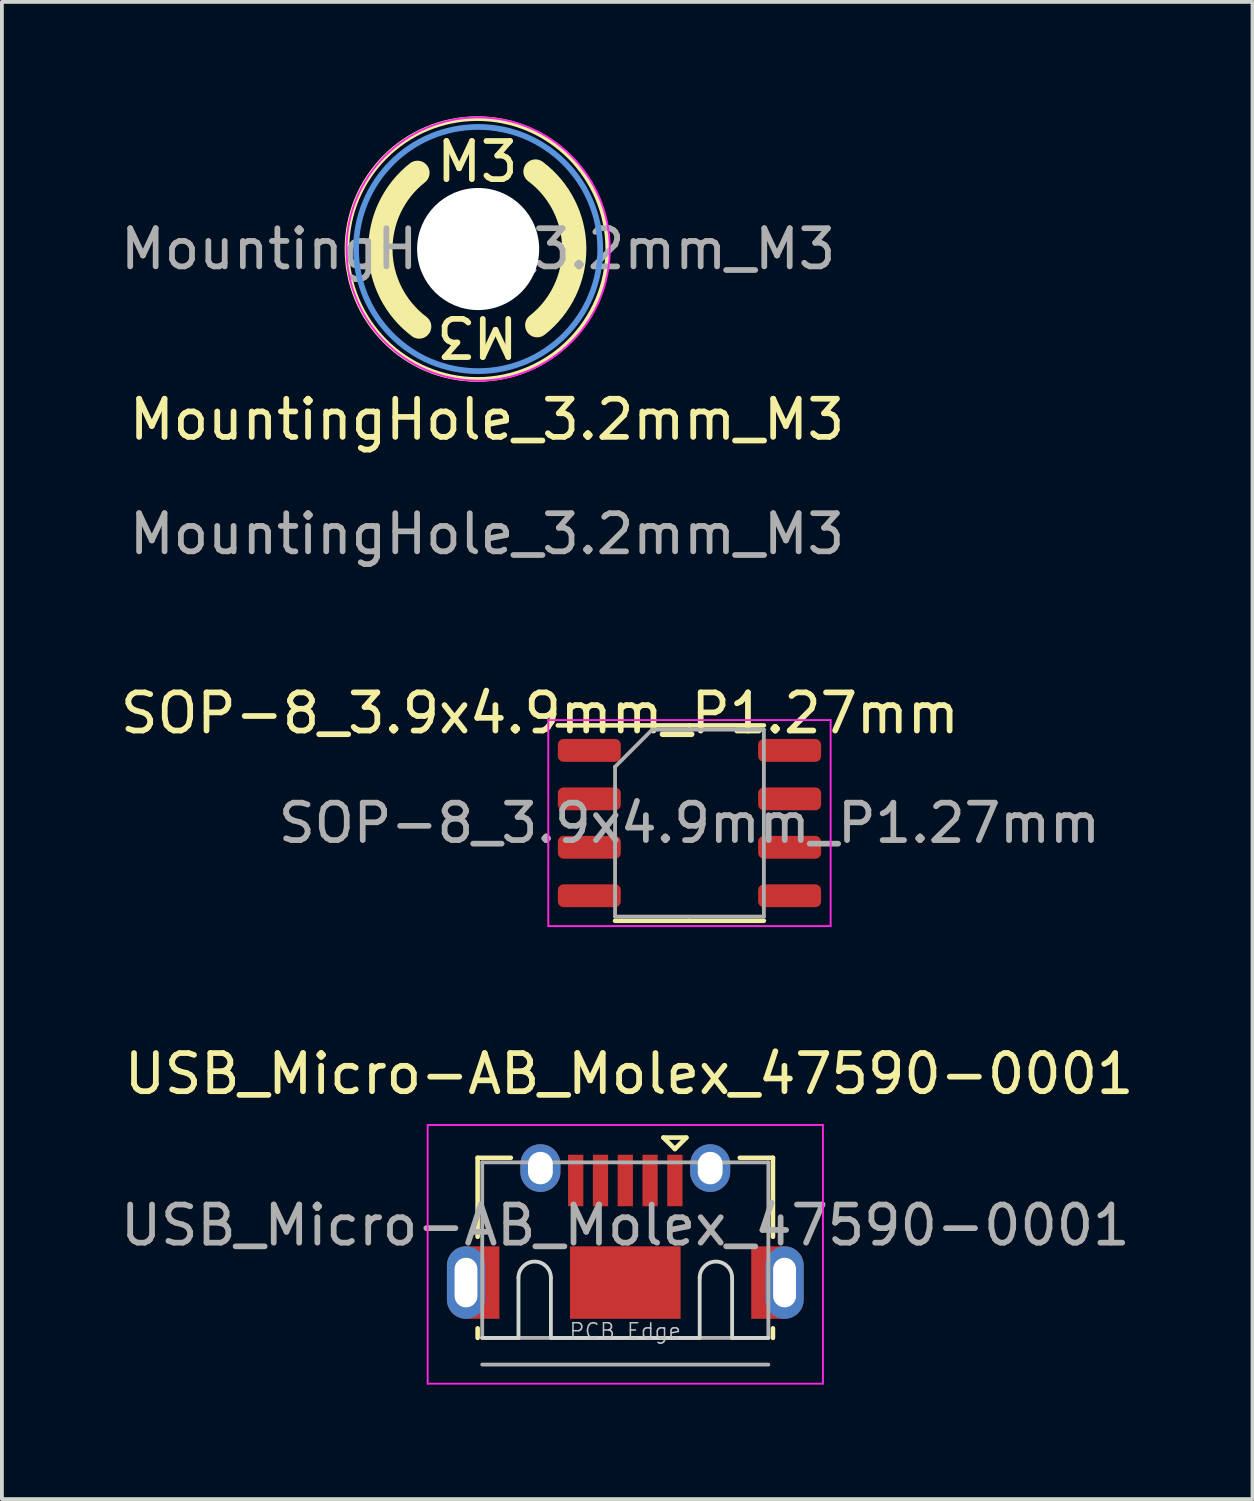
<source format=kicad_pcb>
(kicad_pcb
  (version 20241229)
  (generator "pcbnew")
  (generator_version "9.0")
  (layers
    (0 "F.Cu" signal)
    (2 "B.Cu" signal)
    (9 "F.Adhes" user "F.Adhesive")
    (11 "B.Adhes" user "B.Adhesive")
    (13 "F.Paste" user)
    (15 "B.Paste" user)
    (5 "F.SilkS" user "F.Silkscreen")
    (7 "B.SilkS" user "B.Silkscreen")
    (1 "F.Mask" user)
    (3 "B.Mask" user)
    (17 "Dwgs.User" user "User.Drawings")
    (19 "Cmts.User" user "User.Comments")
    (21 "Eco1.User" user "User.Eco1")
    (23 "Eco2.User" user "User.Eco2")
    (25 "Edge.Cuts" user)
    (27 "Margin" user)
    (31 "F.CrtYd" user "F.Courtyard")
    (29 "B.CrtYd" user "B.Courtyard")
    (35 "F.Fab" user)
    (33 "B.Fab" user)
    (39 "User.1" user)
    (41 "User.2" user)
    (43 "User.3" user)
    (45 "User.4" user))
  (footprint "USB_Micro-AB_Molex_47590-0001"
    (layer "F.Cu")
    (at 8.259 26.756)
    (property "Reference" "USB_Micro-AB_Molex_47590-0001" (at 5.18 -1.66 0) (unlocked yes) (layer "F.SilkS") (effects (font (size 1 1) (thickness 0.15))))
    (attr smd)
    (fp_line (start 1.21 0.54) (end 1.21 2.61) (stroke (width 0.12) (type solid)) (layer "F.SilkS"))
    (fp_line (start 1.21 0.54) (end 2.08 0.54) (stroke (width 0.12) (type solid)) (layer "F.SilkS"))
    (fp_line (start 1.21 5.01) (end 1.21 5.26) (stroke (width 0.12) (type solid)) (layer "F.SilkS"))
    (fp_line (start 6.08 0.01) (end 6.68 0.01) (stroke (width 0.12) (type solid)) (layer "F.SilkS"))
    (fp_line (start 6.38 0.31) (end 6.08 0.01) (stroke (width 0.12) (type solid)) (layer "F.SilkS"))
    (fp_line (start 6.38 0.31) (end 6.68 0.01) (stroke (width 0.12) (type solid)) (layer "F.SilkS"))
    (fp_line (start 8.08 0.54) (end 8.95 0.54) (stroke (width 0.12) (type solid)) (layer "F.SilkS"))
    (fp_line (start 8.95 0.54) (end 8.95 2.61) (stroke (width 0.12) (type solid)) (layer "F.SilkS"))
    (fp_line (start 8.95 5.01) (end 8.95 5.26) (stroke (width 0.12) (type solid)) (layer "F.SilkS"))
    (fp_line (start 1.33 5.26) (end 2.28 5.26) (stroke (width 0.1) (type solid)) (layer "Edge.Cuts"))
    (fp_line (start 2.28 3.685) (end 2.28 5.26) (stroke (width 0.1) (type solid)) (layer "Edge.Cuts"))
    (fp_line (start 3.13 3.685) (end 3.13 5.26) (stroke (width 0.1) (type solid)) (layer "Edge.Cuts"))
    (fp_line (start 3.13 5.26) (end 7.03 5.26) (stroke (width 0.1) (type solid)) (layer "Edge.Cuts"))
    (fp_line (start 7.03 3.685) (end 7.03 5.26) (stroke (width 0.1) (type solid)) (layer "Edge.Cuts"))
    (fp_line (start 7.88 3.685) (end 7.88 5.26) (stroke (width 0.1) (type solid)) (layer "Edge.Cuts"))
    (fp_line (start 7.88 5.26) (end 8.83 5.26) (stroke (width 0.1) (type solid)) (layer "Edge.Cuts"))
    (fp_arc (start 2.28 3.685) (mid 2.705 3.26) (end 3.13 3.685) (stroke (width 0.1) (type solid)) (layer "Edge.Cuts"))
    (fp_arc (start 7.03 3.685) (mid 7.455 3.26) (end 7.88 3.685) (stroke (width 0.1) (type solid)) (layer "Edge.Cuts"))
    (fp_line (start -0.1 -0.32) (end -0.1 6.46) (stroke (width 0.05) (type solid)) (layer "F.CrtYd"))
    (fp_line (start -0.1 -0.32) (end 10.26 -0.32) (stroke (width 0.05) (type solid)) (layer "F.CrtYd"))
    (fp_line (start -0.1 6.46) (end 10.26 6.46) (stroke (width 0.05) (type solid)) (layer "F.CrtYd"))
    (fp_line (start 10.26 -0.32) (end 10.26 6.46) (stroke (width 0.05) (type solid)) (layer "F.CrtYd"))
    (fp_line (start 1.33 0.66) (end 1.33 5.26) (stroke (width 0.1) (type solid)) (layer "F.Fab"))
    (fp_line (start 1.33 0.66) (end 8.83 0.66) (stroke (width 0.1) (type solid)) (layer "F.Fab"))
    (fp_line (start 1.33 5.26) (end 8.83 5.26) (stroke (width 0.1) (type solid)) (layer "F.Fab"))
    (fp_line (start 1.33 5.96) (end 8.83 5.96) (stroke (width 0.1) (type solid)) (layer "F.Fab"))
    (fp_line (start 8.83 0.66) (end 8.83 5.26) (stroke (width 0.1) (type solid)) (layer "F.Fab"))
    (fp_text user "PCB Edge" (at 5.08 5.08 0) (layer "Dwgs.User") (effects (font (size 0.4 0.4) (thickness 0.04))))
    (fp_text user "${REFERENCE}" (at 5.08 2.31 0) (layer "F.Fab") (effects (font (size 1 1) (thickness 0.15))))
    (pad "" smd rect (at 1.58 3.81) (size 0.3 0.85) (layers "F.Paste"))
    (pad "" smd rect (at 8.58 3.81) (size 0.3 0.85) (layers "F.Paste"))
    (pad "1" smd rect (at 6.38 1.135) (size 0.4 1.35) (layers "F.Cu" "F.Mask" "F.Paste"))
    (pad "2" smd rect (at 5.73 1.135) (size 0.4 1.35) (layers "F.Cu" "F.Mask" "F.Paste"))
    (pad "3" smd rect (at 5.08 1.135) (size 0.4 1.35) (layers "F.Cu" "F.Mask" "F.Paste"))
    (pad "4" smd rect (at 4.43 1.135) (size 0.4 1.35) (layers "F.Cu" "F.Mask" "F.Paste"))
    (pad "5" smd rect (at 3.78 1.135) (size 0.4 1.35) (layers "F.Cu" "F.Mask" "F.Paste"))
    (pad "6" thru_hole oval (at 0.905 3.81) (size 1 1.9) (drill oval 0.6 1.3) (layers "*.Cu" "*.Mask"))
    (pad "6" smd rect (at 1.343 3.81) (size 0.875 1.9) (layers "F.Cu" "F.Mask"))
    (pad "6" thru_hole oval (at 2.855 0.81) (size 1.05 1.25) (drill oval 0.65 0.85) (layers "*.Cu" "*.Mask"))
    (pad "6" smd rect (at 5.08 3.81) (size 2.9 1.9) (layers "F.Cu" "F.Mask" "F.Paste"))
    (pad "6" thru_hole oval (at 7.305 0.81) (size 1.05 1.25) (drill oval 0.65 0.85) (layers "*.Cu" "*.Mask"))
    (pad "6" smd rect (at 8.818 3.81) (size 0.875 1.9) (layers "F.Cu" "F.Mask"))
    (pad "6" thru_hole oval (at 9.255 3.81) (size 1 1.9) (drill oval 0.6 1.3) (layers "*.Cu" "*.Mask")))
  (footprint "SOP-8_3.9x4.9mm_P1.27mm"
    (layer "F.Cu")
    (at 11.101 16.143)
    (property "Reference" "SOP-8_3.9x4.9mm_P1.27mm" (at 0 -0.5 0) (unlocked yes) (layer "F.SilkS") (effects (font (size 1 1) (thickness 0.15))))
    (attr smd)
    (fp_line (start 3.92 -0.18) (end 0.47 -0.18) (stroke (width 0.12) (type solid)) (layer "F.SilkS"))
    (fp_line (start 3.92 -0.18) (end 5.87 -0.18) (stroke (width 0.12) (type solid)) (layer "F.SilkS"))
    (fp_line (start 3.92 4.94) (end 1.97 4.94) (stroke (width 0.12) (type solid)) (layer "F.SilkS"))
    (fp_line (start 3.92 4.94) (end 5.87 4.94) (stroke (width 0.12) (type solid)) (layer "F.SilkS"))
    (fp_line (start 0.22 -0.32) (end 0.22 5.08) (stroke (width 0.05) (type solid)) (layer "F.CrtYd"))
    (fp_line (start 0.22 5.08) (end 7.62 5.08) (stroke (width 0.05) (type solid)) (layer "F.CrtYd"))
    (fp_line (start 7.62 -0.32) (end 0.22 -0.32) (stroke (width 0.05) (type solid)) (layer "F.CrtYd"))
    (fp_line (start 7.62 5.08) (end 7.62 -0.32) (stroke (width 0.05) (type solid)) (layer "F.CrtYd"))
    (fp_line (start 1.97 0.905) (end 2.945 -0.07) (stroke (width 0.1) (type solid)) (layer "F.Fab"))
    (fp_line (start 1.97 4.83) (end 1.97 0.905) (stroke (width 0.1) (type solid)) (layer "F.Fab"))
    (fp_line (start 2.945 -0.07) (end 5.87 -0.07) (stroke (width 0.1) (type solid)) (layer "F.Fab"))
    (fp_line (start 5.87 -0.07) (end 5.87 4.83) (stroke (width 0.1) (type solid)) (layer "F.Fab"))
    (fp_line (start 5.87 4.83) (end 1.97 4.83) (stroke (width 0.1) (type solid)) (layer "F.Fab"))
    (fp_text user "${REFERENCE}" (at 3.92 2.38 0) (layer "F.Fab") (effects (font (size 0.98 0.98) (thickness 0.15))))
    (pad "1" smd roundrect (at 1.295 0.475) (size 1.65 0.6) (layers "F.Cu" "F.Mask" "F.Paste") (roundrect_rratio 0.25))
    (pad "2" smd roundrect (at 1.295 1.745) (size 1.65 0.6) (layers "F.Cu" "F.Mask" "F.Paste") (roundrect_rratio 0.25))
    (pad "3" smd roundrect (at 1.295 3.015) (size 1.65 0.6) (layers "F.Cu" "F.Mask" "F.Paste") (roundrect_rratio 0.25))
    (pad "4" smd roundrect (at 1.295 4.285) (size 1.65 0.6) (layers "F.Cu" "F.Mask" "F.Paste") (roundrect_rratio 0.25))
    (pad "5" smd roundrect (at 6.545 4.285) (size 1.65 0.6) (layers "F.Cu" "F.Mask" "F.Paste") (roundrect_rratio 0.25))
    (pad "6" smd roundrect (at 6.545 3.015) (size 1.65 0.6) (layers "F.Cu" "F.Mask" "F.Paste") (roundrect_rratio 0.25))
    (pad "7" smd roundrect (at 6.545 1.745) (size 1.65 0.6) (layers "F.Cu" "F.Mask" "F.Paste") (roundrect_rratio 0.25))
    (pad "8" smd roundrect (at 6.545 0.475) (size 1.65 0.6) (layers "F.Cu" "F.Mask" "F.Paste") (roundrect_rratio 0.25)))
  (footprint "MountingHole_3.2mm_M3"
    (layer "F.Cu")
    (at 6.032 3.477)
    (property "Reference" "MountingHole_3.2mm_M3" (at 3.683 4.469 0) (unlocked yes) (layer "F.SilkS") (effects (font (size 1 1) (thickness 0.15))))
    (attr through_hole)
    (fp_arc (start 1.905 2.032) (mid 0.888863 0.028537) (end 1.859733 -1.997249) (stroke (width 0.635) (type solid)) (layer "F.SilkS"))
    (fp_arc (start 4.953 -2.032) (mid 5.969137 -0.028537) (end 4.998267 1.997249) (stroke (width 0.635) (type solid)) (layer "F.SilkS"))
    (fp_circle (center 3.429 0) (end 5.715 -2.54) (stroke (width 0.12) (type solid)) (fill no) (layer "F.SilkS"))
    (fp_circle (center 3.45 0) (end 6.65 0) (stroke (width 0.15) (type solid)) (fill no) (layer "Cmts.User"))
    (fp_circle (center 3.45 0) (end 6.9 0) (stroke (width 0.05) (type solid)) (fill no) (layer "F.CrtYd"))
    (fp_text user "M3" (at 3.429 -2.286 0) (unlocked yes) (layer "F.SilkS") (effects (font (size 1 1) (thickness 0.15))))
    (fp_text user "M3" (at 3.429 2.286 180) (unlocked yes) (layer "F.SilkS") (effects (font (size 1 1) (thickness 0.15))))
    (fp_text user "${REFERENCE}" (at 3.45 0 0) (layer "F.Fab") (effects (font (size 1 1) (thickness 0.15))))
    (fp_text user "${REFERENCE}" (at 3.683 7.469 0) (unlocked yes) (layer "F.Fab") (effects (font (size 1 1) (thickness 0.15))))
    (pad "" np_thru_hole circle (at 3.45 0) (size 3.2 3.2) (drill 3.2) (layers "*.Cu" "*.Mask")))
  (gr_rect
    (start -3 -3)
    (end 29.779 36.241)
    (stroke (width 0.1) (type default))
    (fill no)
    (layer "Edge.Cuts")))
</source>
